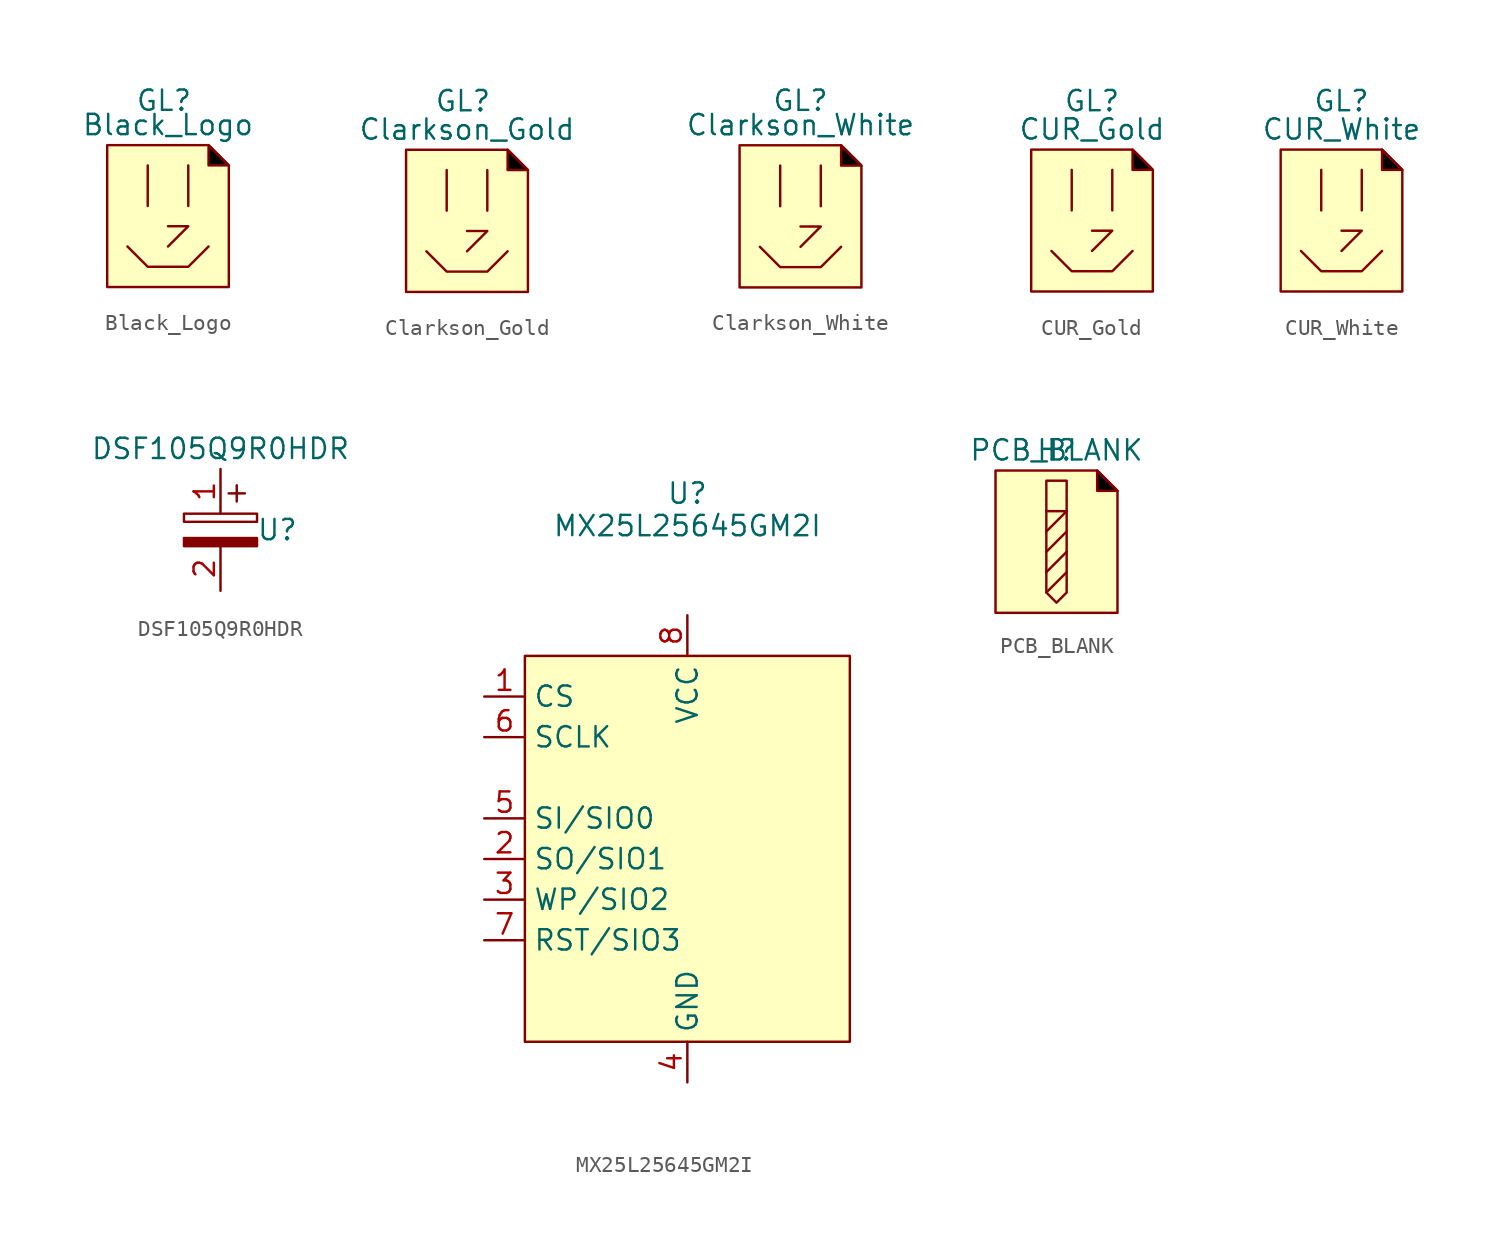
<source format=kicad_sym>
(kicad_symbol_lib
  (version 20231120)
  (generator "kicad_symbol_editor")
  (generator_version "8.0")
  (symbol "Black_Logo"
    (property "Reference" "GL"
      (at -0.254 1.524 0)
      (effects (font (size 1.27 1.27))))
    (property "Value" "Black_Logo"
      (at 0 0 0)
      (effects (font (size 1.27 1.27))))
    (symbol "Black_Logo_1_1"
      (polyline (pts (xy -1.27 -2.54) (xy -1.27 -5.08)) (stroke (width 0) (type default)) (fill (type outline)))
      (polyline (pts (xy 1.27 -2.54) (xy 1.27 -5.08)) (stroke (width 0) (type default)) (fill (type none)))
      (polyline (pts (xy 0 -6.35) (xy 1.27 -6.35) (xy 0 -7.62)) (stroke (width 0) (type default)) (fill (type none)))
      (polyline (pts (xy -2.54 -7.62) (xy -1.27 -8.89) (xy 1.27 -8.89) (xy 2.54 -7.62)) (stroke (width 0) (type default)) (fill (type none)))
      (polyline (pts (xy 2.54 -1.27) (xy 3.81 -2.54) (xy 2.54 -2.54) (xy 2.54 -1.27)) (stroke (width 0) (type default)) (fill (type color) (color 0 0 0 1)))
      (polyline (pts (xy -3.81 -1.27) (xy 2.54 -1.27) (xy 3.81 -2.54) (xy 3.81 -10.16) (xy -3.81 -10.16) (xy -3.81 -1.27)) (stroke (width 0) (type default)) (fill (type background)))))
  (symbol "Clarkson_Gold"
    (property "Reference" "GL"
      (at -0.254 1.778 0)
      (effects (font (size 1.27 1.27))))
    (property "Value" "Clarkson_Gold"
      (at 0 0 0)
      (effects (font (size 1.27 1.27))))
    (symbol "Clarkson_Gold_1_1"
      (polyline (pts (xy -1.27 -2.54) (xy -1.27 -5.08)) (stroke (width 0) (type default)) (fill (type outline)))
      (polyline (pts (xy 1.27 -2.54) (xy 1.27 -5.08)) (stroke (width 0) (type default)) (fill (type none)))
      (polyline (pts (xy 0 -6.35) (xy 1.27 -6.35) (xy 0 -7.62)) (stroke (width 0) (type default)) (fill (type none)))
      (polyline (pts (xy -2.54 -7.62) (xy -1.27 -8.89) (xy 1.27 -8.89) (xy 2.54 -7.62)) (stroke (width 0) (type default)) (fill (type none)))
      (polyline (pts (xy 2.54 -1.27) (xy 3.81 -2.54) (xy 2.54 -2.54) (xy 2.54 -1.27)) (stroke (width 0) (type default)) (fill (type color) (color 0 0 0 1)))
      (polyline (pts (xy -3.81 -1.27) (xy 2.54 -1.27) (xy 3.81 -2.54) (xy 3.81 -10.16) (xy -3.81 -10.16) (xy -3.81 -1.27)) (stroke (width 0) (type default)) (fill (type background)))))
  (symbol "Clarkson_White"
    (property "Reference" "GL"
      (at 0 1.524 0)
      (effects (font (size 1.27 1.27))))
    (property "Value" "Clarkson_White"
      (at 0 0 0)
      (effects (font (size 1.27 1.27))))
    (symbol "Clarkson_White_1_1"
      (polyline (pts (xy -1.27 -2.54) (xy -1.27 -5.08)) (stroke (width 0) (type default)) (fill (type outline)))
      (polyline (pts (xy 1.27 -2.54) (xy 1.27 -5.08)) (stroke (width 0) (type default)) (fill (type none)))
      (polyline (pts (xy 0 -6.35) (xy 1.27 -6.35) (xy 0 -7.62)) (stroke (width 0) (type default)) (fill (type none)))
      (polyline (pts (xy -2.54 -7.62) (xy -1.27 -8.89) (xy 1.27 -8.89) (xy 2.54 -7.62)) (stroke (width 0) (type default)) (fill (type none)))
      (polyline (pts (xy 2.54 -1.27) (xy 3.81 -2.54) (xy 2.54 -2.54) (xy 2.54 -1.27)) (stroke (width 0) (type default)) (fill (type color) (color 0 0 0 1)))
      (polyline (pts (xy -3.81 -1.27) (xy 2.54 -1.27) (xy 3.81 -2.54) (xy 3.81 -10.16) (xy -3.81 -10.16) (xy -3.81 -1.27)) (stroke (width 0) (type default)) (fill (type background)))))
  (symbol "CUR_Gold"
    (property "Reference" "GL"
      (at 0 1.778 0)
      (effects (font (size 1.27 1.27))))
    (property "Value" "CUR_Gold"
      (at 0 0 0)
      (effects (font (size 1.27 1.27))))
    (symbol "CUR_Gold_1_1"
      (polyline (pts (xy -1.27 -2.54) (xy -1.27 -5.08)) (stroke (width 0) (type default)) (fill (type outline)))
      (polyline (pts (xy 1.27 -2.54) (xy 1.27 -5.08)) (stroke (width 0) (type default)) (fill (type none)))
      (polyline (pts (xy 0 -6.35) (xy 1.27 -6.35) (xy 0 -7.62)) (stroke (width 0) (type default)) (fill (type none)))
      (polyline (pts (xy -2.54 -7.62) (xy -1.27 -8.89) (xy 1.27 -8.89) (xy 2.54 -7.62)) (stroke (width 0) (type default)) (fill (type none)))
      (polyline (pts (xy 2.54 -1.27) (xy 3.81 -2.54) (xy 2.54 -2.54) (xy 2.54 -1.27)) (stroke (width 0) (type default)) (fill (type color) (color 0 0 0 1)))
      (polyline (pts (xy -3.81 -1.27) (xy 2.54 -1.27) (xy 3.81 -2.54) (xy 3.81 -10.16) (xy -3.81 -10.16) (xy -3.81 -1.27)) (stroke (width 0) (type default)) (fill (type background)))))
  (symbol "CUR_White"
    (property "Reference" "GL"
      (at 0 1.778 0)
      (effects (font (size 1.27 1.27))))
    (property "Value" "CUR_White"
      (at 0 0 0)
      (effects (font (size 1.27 1.27))))
    (symbol "CUR_White_1_1"
      (polyline (pts (xy -1.27 -2.54) (xy -1.27 -5.08)) (stroke (width 0) (type default)) (fill (type outline)))
      (polyline (pts (xy 1.27 -2.54) (xy 1.27 -5.08)) (stroke (width 0) (type default)) (fill (type none)))
      (polyline (pts (xy 0 -6.35) (xy 1.27 -6.35) (xy 0 -7.62)) (stroke (width 0) (type default)) (fill (type none)))
      (polyline (pts (xy -2.54 -7.62) (xy -1.27 -8.89) (xy 1.27 -8.89) (xy 2.54 -7.62)) (stroke (width 0) (type default)) (fill (type none)))
      (polyline (pts (xy 2.54 -1.27) (xy 3.81 -2.54) (xy 2.54 -2.54) (xy 2.54 -1.27)) (stroke (width 0) (type default)) (fill (type color) (color 0 0 0 1)))
      (polyline (pts (xy -3.81 -1.27) (xy 2.54 -1.27) (xy 3.81 -2.54) (xy 3.81 -10.16) (xy -3.81 -10.16) (xy -3.81 -1.27)) (stroke (width 0) (type default)) (fill (type background)))))
  (symbol "DSF105Q9R0HDR"
    (property "Reference" "U"
      (at 3.556 0 0)
      (effects (font (size 1.27 1.27))))
    (property "Value" "DSF105Q9R0HDR"
      (at 0 5.08 0)
      (effects (font (size 1.27 1.27))))
    (symbol "DSF105Q9R0HDR_0_1"
      (rectangle (start -2.286 -0.508) (end 2.286 -1.016) (stroke (width 0) (type default)) (fill (type outline)))
      (rectangle (start -2.286 0.508) (end 2.286 1.016) (stroke (width 0) (type default)) (fill (type none)))
      (polyline (pts (xy 0.508 2.286) (xy 1.524 2.286)) (stroke (width 0) (type default)) (fill (type none)))
      (polyline (pts (xy 1.016 2.794) (xy 1.016 1.778)) (stroke (width 0) (type default)) (fill (type none))))
    (symbol "DSF105Q9R0HDR_1_1"
      (pin passive line (at 0 3.81 270) (length 2.794) (name "~" (effects (font (size 1.27 1.27)))) (number "1" (effects (font (size 1.27 1.27)))))
      (pin passive line (at 0 -3.81 90) (length 2.794) (name "~" (effects (font (size 1.27 1.27)))) (number "2" (effects (font (size 1.27 1.27)))))))
  (symbol "MX25L25645GM2I"
    (property "Reference" "U"
      (at 0 0 0)
      (effects (font (size 1.27 1.27))))
    (property "Value" "MX25L25645GM2I"
      (at 0 -2.032 0)
      (effects (font (size 1.27 1.27))))
    (symbol "MX25L25645GM2I_1_1"
      (rectangle (start -10.16 -10.16) (end 10.16 -34.29) (stroke (width 0) (type default)) (fill (type background)))
      (pin input line (at -12.7 -12.7 0) (length 2.54) (name "CS" (effects (font (size 1.27 1.27)))) (number "1" (effects (font (size 1.27 1.27)))))
      (pin input line (at -12.7 -22.86 0) (length 2.54) (name "SO/SIO1" (effects (font (size 1.27 1.27)))) (number "2" (effects (font (size 1.27 1.27)))))
      (pin input line (at -12.7 -25.4 0) (length 2.54) (name "WP/SIO2" (effects (font (size 1.27 1.27)))) (number "3" (effects (font (size 1.27 1.27)))))
      (pin input line (at 0 -36.83 90) (length 2.54) (name "GND" (effects (font (size 1.27 1.27)))) (number "4" (effects (font (size 1.27 1.27)))))
      (pin input line (at -12.7 -20.32 0) (length 2.54) (name "SI/SIO0" (effects (font (size 1.27 1.27)))) (number "5" (effects (font (size 1.27 1.27)))))
      (pin input line (at -12.7 -15.24 0) (length 2.54) (name "SCLK" (effects (font (size 1.27 1.27)))) (number "6" (effects (font (size 1.27 1.27)))))
      (pin input line (at -12.7 -27.94 0) (length 2.54) (name "RST/SIO3" (effects (font (size 1.27 1.27)))) (number "7" (effects (font (size 1.27 1.27)))))
      (pin input line (at 0 -7.62 270) (length 2.54) (name "VCC" (effects (font (size 1.27 1.27)))) (number "8" (effects (font (size 1.27 1.27)))))))
  (symbol "PCB_BLANK"
    (property "Reference" "H"
      (at 0 0 0)
      (effects (font (size 1.27 1.27))))
    (property "Value" "PCB_BLANK"
      (at 0 0 0)
      (effects (font (size 1.27 1.27))))
    (symbol "PCB_BLANK_0_1"
      (polyline (pts (xy -0.635 -8.89) (xy 0.635 -7.62)) (stroke (width 0) (type default)) (fill (type none)))
      (polyline (pts (xy -0.635 -7.62) (xy 0.635 -6.35)) (stroke (width 0) (type default)) (fill (type none)))
      (polyline (pts (xy 0.635 -6.35) (xy 0.635 -6.35)) (stroke (width 0) (type default)) (fill (type none)))
      (polyline (pts (xy 0.635 -5.08) (xy -0.635 -6.35)) (stroke (width 0) (type default)) (fill (type none)))
      (polyline (pts (xy -0.635 -3.81) (xy 0.635 -3.81) (xy -0.635 -5.08)) (stroke (width 0) (type default)) (fill (type none)))
      (polyline (pts (xy -0.635 -1.905) (xy 0.635 -1.905) (xy 0.635 -8.255) (xy 0.635 -8.89) (xy 0 -9.525) (xy -0.635 -8.89) (xy -0.635 -1.905)) (stroke (width 0) (type default)) (fill (type none))))
    (symbol "PCB_BLANK_1_1"
      (polyline (pts (xy 2.54 -1.27) (xy 3.81 -2.54) (xy 2.54 -2.54) (xy 2.54 -1.27)) (stroke (width 0) (type default)) (fill (type color) (color 0 0 0 1)))
      (polyline (pts (xy -3.81 -1.27) (xy 2.54 -1.27) (xy 3.81 -2.54) (xy 3.81 -10.16) (xy -3.81 -10.16) (xy -3.81 -1.27)) (stroke (width 0) (type default)) (fill (type background))))))
</source>
